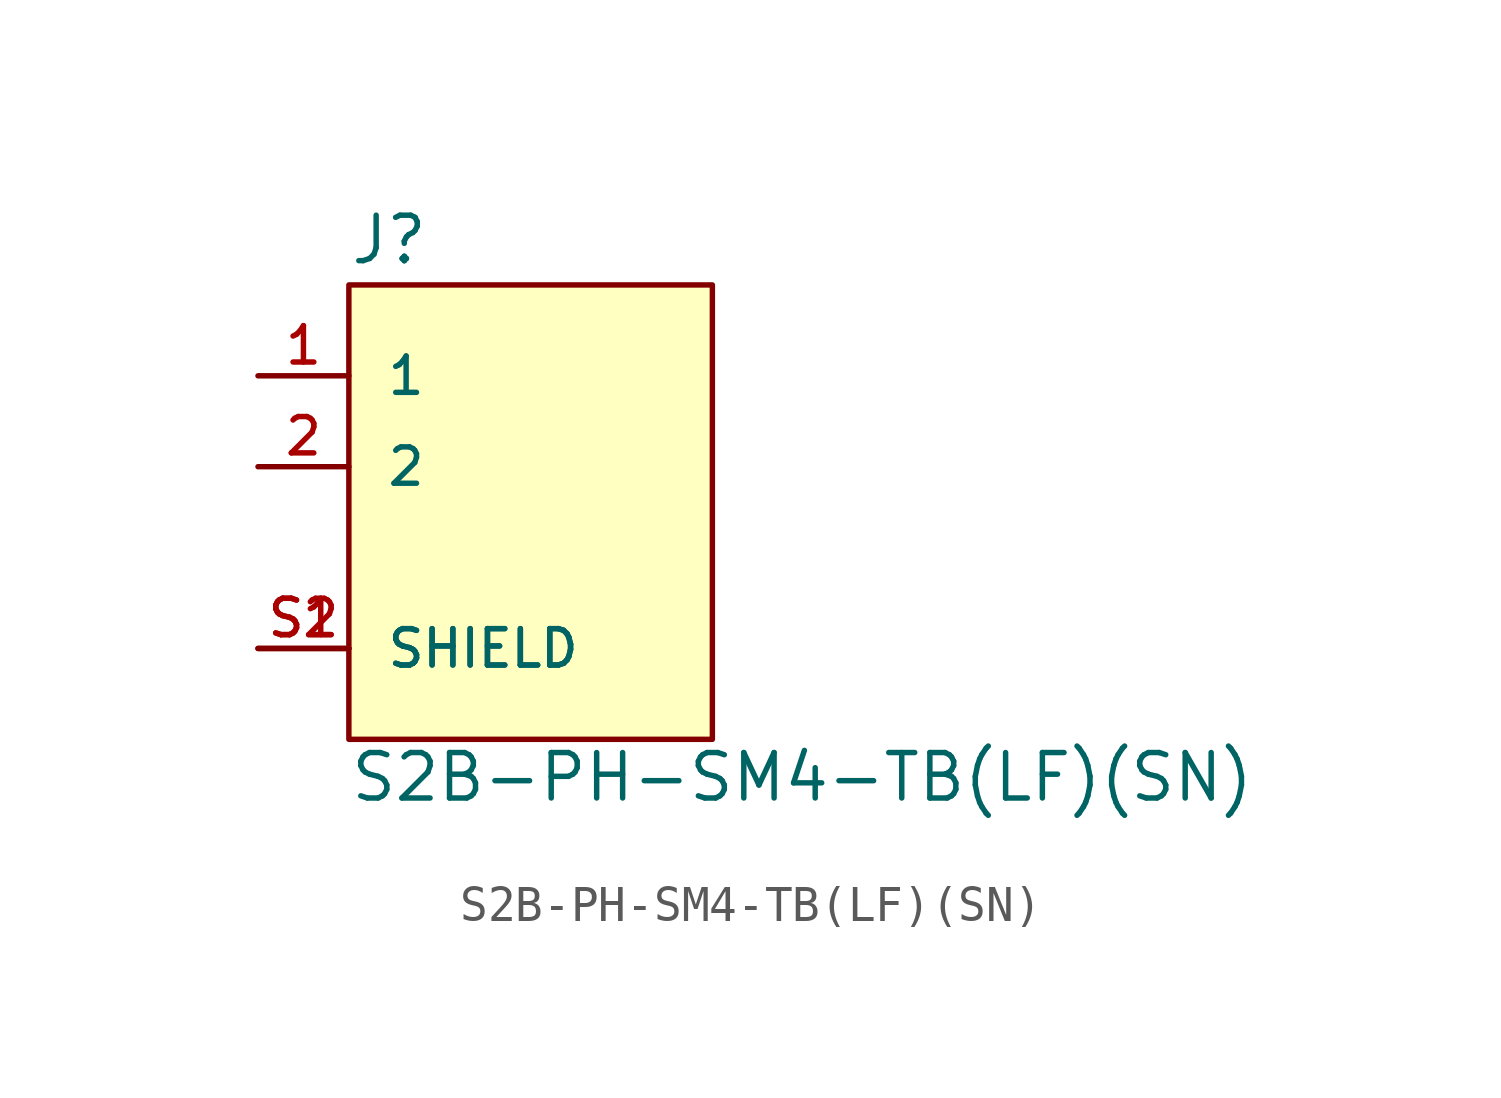
<source format=kicad_sym>
(kicad_symbol_lib
  (version 20211014)
  (generator kicad_symbol_editor)
  (symbol "S2B-PH-SM4-TB(LF)(SN)"
    (pin_names
      (offset 1.016))
    (property "Reference" "J"
      (at -5.083 5.596 0)
      (effects (font (size 1.27 1.27)) (justify bottom left)))
    (property "Value" "S2B-PH-SM4-TB(LF)(SN)"
      (at -5.088 -9.423 0)
      (effects (font (size 1.27 1.27)) (justify bottom left)))
    (symbol "S2B-PH-SM4-TB(LF)(SN)_0_0"
      (rectangle (start -5.08 -7.62) (end 5.08 5.08) (stroke (width 0.152)) (fill (type background)))
      (pin passive line (at -7.62 2.54 0) (length 2.54) (name "1" (effects (font (size 1.016 1.016)))) (number "1" (effects (font (size 1.016 1.016)))))
      (pin passive line (at -7.62 0.0 0) (length 2.54) (name "2" (effects (font (size 1.016 1.016)))) (number "2" (effects (font (size 1.016 1.016)))))
      (pin passive line (at -7.62 -5.08 0) (length 2.54) (name "SHIELD" (effects (font (size 1.016 1.016)))) (number "S1" (effects (font (size 1.016 1.016)))))
      (pin passive line (at -7.62 -5.08 0) (length 2.54) (name "SHIELD" (effects (font (size 1.016 1.016)))) (number "S2" (effects (font (size 1.016 1.016))))))))
</source>
